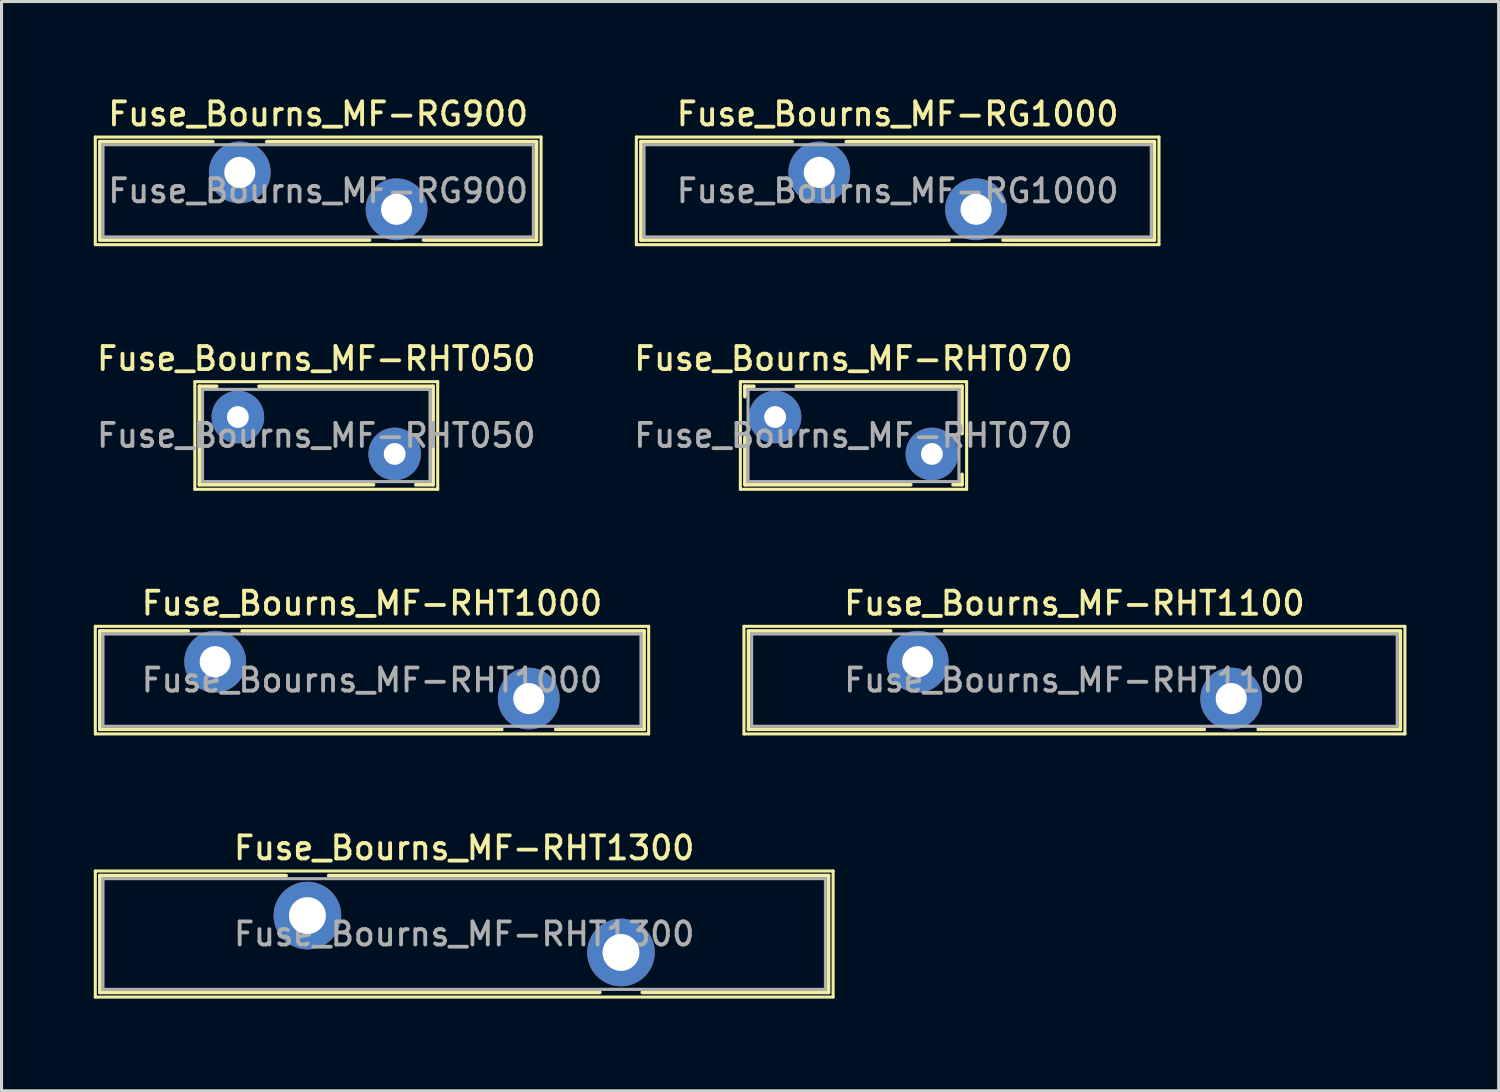
<source format=kicad_pcb>
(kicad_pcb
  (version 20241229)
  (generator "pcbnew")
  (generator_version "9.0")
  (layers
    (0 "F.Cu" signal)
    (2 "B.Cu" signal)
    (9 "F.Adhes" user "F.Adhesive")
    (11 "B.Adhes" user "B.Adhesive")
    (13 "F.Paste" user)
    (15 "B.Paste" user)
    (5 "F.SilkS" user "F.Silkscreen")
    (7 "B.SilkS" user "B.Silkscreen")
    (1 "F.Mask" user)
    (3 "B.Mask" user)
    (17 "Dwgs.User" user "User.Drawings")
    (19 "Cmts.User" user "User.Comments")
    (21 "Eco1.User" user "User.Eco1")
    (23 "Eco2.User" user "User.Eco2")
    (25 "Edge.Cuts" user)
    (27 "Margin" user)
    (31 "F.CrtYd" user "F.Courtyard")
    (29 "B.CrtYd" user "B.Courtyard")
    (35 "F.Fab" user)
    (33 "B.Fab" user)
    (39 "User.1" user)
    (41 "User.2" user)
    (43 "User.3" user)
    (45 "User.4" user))
  (footprint "Fuse_Bourns_MF-RHT050"
    (layer "F.Cu")
    (at 4.688 10.516)
    (property "Reference" "Fuse_Bourns_MF-RHT050" (at 2.55 -1.9 0) (layer "F.SilkS") (effects (font (size 0.75 0.75) (thickness 0.125))))
    (attr through_hole)
    (fp_line (start -1.4 -1.15) (end -1.4 2.35) (stroke (width 0.1) (type solid)) (layer "F.SilkS"))
    (fp_line (start -1.4 2.35) (end 6.5 2.35) (stroke (width 0.1) (type solid)) (layer "F.SilkS"))
    (fp_line (start -1.251 -1) (end -1.251 2.2) (stroke (width 0.12) (type solid)) (layer "F.SilkS"))
    (fp_line (start -1.251 -1) (end -0.689 -1) (stroke (width 0.12) (type solid)) (layer "F.SilkS"))
    (fp_line (start -1.251 2.2) (end 4.412 2.2) (stroke (width 0.12) (type solid)) (layer "F.SilkS"))
    (fp_line (start 0.689 -1) (end 6.35 -1) (stroke (width 0.12) (type solid)) (layer "F.SilkS"))
    (fp_line (start 5.789 2.2) (end 6.35 2.2) (stroke (width 0.12) (type solid)) (layer "F.SilkS"))
    (fp_line (start 6.35 -1) (end 6.35 2.2) (stroke (width 0.12) (type solid)) (layer "F.SilkS"))
    (fp_line (start 6.5 -1.15) (end -1.4 -1.15) (stroke (width 0.1) (type solid)) (layer "F.SilkS"))
    (fp_line (start 6.5 2.35) (end 6.5 -1.15) (stroke (width 0.1) (type solid)) (layer "F.SilkS"))
    (fp_line (start -1.15 -0.9) (end -1.15 2.1) (stroke (width 0.1) (type solid)) (layer "F.Fab"))
    (fp_line (start -1.15 2.1) (end 6.25 2.1) (stroke (width 0.1) (type solid)) (layer "F.Fab"))
    (fp_line (start 6.25 -0.9) (end -1.15 -0.9) (stroke (width 0.1) (type solid)) (layer "F.Fab"))
    (fp_line (start 6.25 2.1) (end 6.25 -0.9) (stroke (width 0.1) (type solid)) (layer "F.Fab"))
    (fp_text user "${REFERENCE}" (at 2.55 0.6 0) (layer "F.Fab") (effects (font (size 0.75 0.75) (thickness 0.125))))
    (pad "1" thru_hole circle (at 0 0) (size 1.71 1.71) (drill 0.71) (layers "*.Cu" "*.Mask"))
    (pad "2" thru_hole circle (at 5.1 1.2) (size 1.71 1.71) (drill 0.71) (layers "*.Cu" "*.Mask")))
  (footprint "Fuse_Bourns_MF-RG1000"
    (layer "F.Cu")
    (at 23.6 2.558)
    (property "Reference" "Fuse_Bourns_MF-RG1000" (at 2.55 -1.9 0) (layer "F.SilkS") (effects (font (size 0.75 0.75) (thickness 0.125))))
    (attr through_hole)
    (fp_line (start -5.95 -1.15) (end -5.95 2.35) (stroke (width 0.1) (type solid)) (layer "F.SilkS"))
    (fp_line (start -5.95 2.35) (end 11.05 2.35) (stroke (width 0.1) (type solid)) (layer "F.SilkS"))
    (fp_line (start -5.8 -1) (end -5.8 2.2) (stroke (width 0.12) (type solid)) (layer "F.SilkS"))
    (fp_line (start -5.8 -1) (end -0.879 -1) (stroke (width 0.12) (type solid)) (layer "F.SilkS"))
    (fp_line (start -5.8 2.2) (end 4.222 2.2) (stroke (width 0.12) (type solid)) (layer "F.SilkS"))
    (fp_line (start 0.879 -1) (end 10.9 -1) (stroke (width 0.12) (type solid)) (layer "F.SilkS"))
    (fp_line (start 5.979 2.2) (end 10.9 2.2) (stroke (width 0.12) (type solid)) (layer "F.SilkS"))
    (fp_line (start 10.9 -1) (end 10.9 2.2) (stroke (width 0.12) (type solid)) (layer "F.SilkS"))
    (fp_line (start 11.05 -1.15) (end -5.95 -1.15) (stroke (width 0.1) (type solid)) (layer "F.SilkS"))
    (fp_line (start 11.05 2.35) (end 11.05 -1.15) (stroke (width 0.1) (type solid)) (layer "F.SilkS"))
    (fp_line (start -5.7 -0.9) (end -5.7 2.1) (stroke (width 0.1) (type solid)) (layer "F.Fab"))
    (fp_line (start -5.7 2.1) (end 10.8 2.1) (stroke (width 0.1) (type solid)) (layer "F.Fab"))
    (fp_line (start 10.8 -0.9) (end -5.7 -0.9) (stroke (width 0.1) (type solid)) (layer "F.Fab"))
    (fp_line (start 10.8 2.1) (end 10.8 -0.9) (stroke (width 0.1) (type solid)) (layer "F.Fab"))
    (fp_text user "${REFERENCE}" (at 2.55 0.6 0) (layer "F.Fab") (effects (font (size 0.75 0.75) (thickness 0.125))))
    (pad "1" thru_hole circle (at 0 0) (size 2.01 2.01) (drill 1.01) (layers "*.Cu" "*.Mask"))
    (pad "2" thru_hole circle (at 5.1 1.2) (size 2.01 2.01) (drill 1.01) (layers "*.Cu" "*.Mask")))
  (footprint "Fuse_Bourns_MF-RG900"
    (layer "F.Cu")
    (at 4.75 2.558)
    (property "Reference" "Fuse_Bourns_MF-RG900" (at 2.55 -1.9 0) (layer "F.SilkS") (effects (font (size 0.75 0.75) (thickness 0.125))))
    (attr through_hole)
    (fp_line (start -4.7 -1.15) (end -4.7 2.35) (stroke (width 0.1) (type solid)) (layer "F.SilkS"))
    (fp_line (start -4.7 2.35) (end 9.8 2.35) (stroke (width 0.1) (type solid)) (layer "F.SilkS"))
    (fp_line (start -4.55 -1) (end -4.55 2.2) (stroke (width 0.12) (type solid)) (layer "F.SilkS"))
    (fp_line (start -4.55 -1) (end -0.879 -1) (stroke (width 0.12) (type solid)) (layer "F.SilkS"))
    (fp_line (start -4.55 2.2) (end 4.222 2.2) (stroke (width 0.12) (type solid)) (layer "F.SilkS"))
    (fp_line (start 0.879 -1) (end 9.65 -1) (stroke (width 0.12) (type solid)) (layer "F.SilkS"))
    (fp_line (start 5.979 2.2) (end 9.65 2.2) (stroke (width 0.12) (type solid)) (layer "F.SilkS"))
    (fp_line (start 9.65 -1) (end 9.65 2.2) (stroke (width 0.12) (type solid)) (layer "F.SilkS"))
    (fp_line (start 9.8 -1.15) (end -4.7 -1.15) (stroke (width 0.1) (type solid)) (layer "F.SilkS"))
    (fp_line (start 9.8 2.35) (end 9.8 -1.15) (stroke (width 0.1) (type solid)) (layer "F.SilkS"))
    (fp_line (start -4.45 -0.9) (end -4.45 2.1) (stroke (width 0.1) (type solid)) (layer "F.Fab"))
    (fp_line (start -4.45 2.1) (end 9.55 2.1) (stroke (width 0.1) (type solid)) (layer "F.Fab"))
    (fp_line (start 9.55 -0.9) (end -4.45 -0.9) (stroke (width 0.1) (type solid)) (layer "F.Fab"))
    (fp_line (start 9.55 2.1) (end 9.55 -0.9) (stroke (width 0.1) (type solid)) (layer "F.Fab"))
    (fp_text user "${REFERENCE}" (at 2.55 0.6 0) (layer "F.Fab") (effects (font (size 0.75 0.75) (thickness 0.125))))
    (pad "1" thru_hole circle (at 0 0) (size 2.01 2.01) (drill 1.01) (layers "*.Cu" "*.Mask"))
    (pad "2" thru_hole circle (at 5.1 1.2) (size 2.01 2.01) (drill 1.01) (layers "*.Cu" "*.Mask")))
  (footprint "Fuse_Bourns_MF-RHT1300"
    (layer "F.Cu")
    (at 6.95 26.733)
    (property "Reference" "Fuse_Bourns_MF-RHT1300" (at 5.1 -2.2 0) (layer "F.SilkS") (effects (font (size 0.75 0.75) (thickness 0.125))))
    (attr through_hole)
    (fp_line (start -6.9 -1.45) (end -6.9 2.65) (stroke (width 0.1) (type solid)) (layer "F.SilkS"))
    (fp_line (start -6.9 2.65) (end 17.1 2.65) (stroke (width 0.1) (type solid)) (layer "F.SilkS"))
    (fp_line (start -6.75 -1.301) (end -6.75 2.5) (stroke (width 0.12) (type solid)) (layer "F.SilkS"))
    (fp_line (start -6.75 -1.301) (end -0.693 -1.301) (stroke (width 0.12) (type solid)) (layer "F.SilkS"))
    (fp_line (start -6.75 2.5) (end 9.508 2.5) (stroke (width 0.12) (type solid)) (layer "F.SilkS"))
    (fp_line (start 0.693 -1.301) (end 16.951 -1.301) (stroke (width 0.12) (type solid)) (layer "F.SilkS"))
    (fp_line (start 10.893 2.5) (end 16.951 2.5) (stroke (width 0.12) (type solid)) (layer "F.SilkS"))
    (fp_line (start 16.951 -1.301) (end 16.951 2.5) (stroke (width 0.12) (type solid)) (layer "F.SilkS"))
    (fp_line (start 17.1 -1.45) (end -6.9 -1.45) (stroke (width 0.1) (type solid)) (layer "F.SilkS"))
    (fp_line (start 17.1 2.65) (end 17.1 -1.45) (stroke (width 0.1) (type solid)) (layer "F.SilkS"))
    (fp_line (start -6.65 -1.2) (end -6.65 2.4) (stroke (width 0.1) (type solid)) (layer "F.Fab"))
    (fp_line (start -6.65 2.4) (end 16.85 2.4) (stroke (width 0.1) (type solid)) (layer "F.Fab"))
    (fp_line (start 16.85 -1.2) (end -6.65 -1.2) (stroke (width 0.1) (type solid)) (layer "F.Fab"))
    (fp_line (start 16.85 2.4) (end 16.85 -1.2) (stroke (width 0.1) (type solid)) (layer "F.Fab"))
    (fp_text user "${REFERENCE}" (at 5.1 0.6 0) (layer "F.Fab") (effects (font (size 0.75 0.75) (thickness 0.125))))
    (pad "1" thru_hole circle (at 0 0) (size 2.2 2.2) (drill 1.2) (layers "*.Cu" "*.Mask"))
    (pad "2" thru_hole circle (at 10.2 1.2) (size 2.2 2.2) (drill 1.2) (layers "*.Cu" "*.Mask")))
  (footprint "Fuse_Bourns_MF-RHT1100"
    (layer "F.Cu")
    (at 26.8 18.474)
    (property "Reference" "Fuse_Bourns_MF-RHT1100" (at 5.1 -1.9 0) (layer "F.SilkS") (effects (font (size 0.75 0.75) (thickness 0.125))))
    (attr through_hole)
    (fp_line (start -5.65 -1.15) (end -5.65 2.35) (stroke (width 0.1) (type solid)) (layer "F.SilkS"))
    (fp_line (start -5.65 2.35) (end 15.85 2.35) (stroke (width 0.1) (type solid)) (layer "F.SilkS"))
    (fp_line (start -5.5 -1) (end -5.5 2.2) (stroke (width 0.12) (type solid)) (layer "F.SilkS"))
    (fp_line (start -5.5 -1) (end -0.879 -1) (stroke (width 0.12) (type solid)) (layer "F.SilkS"))
    (fp_line (start -5.5 2.2) (end 9.322 2.2) (stroke (width 0.12) (type solid)) (layer "F.SilkS"))
    (fp_line (start 0.879 -1) (end 15.7 -1) (stroke (width 0.12) (type solid)) (layer "F.SilkS"))
    (fp_line (start 11.079 2.2) (end 15.7 2.2) (stroke (width 0.12) (type solid)) (layer "F.SilkS"))
    (fp_line (start 15.7 -1) (end 15.7 2.2) (stroke (width 0.12) (type solid)) (layer "F.SilkS"))
    (fp_line (start 15.85 -1.15) (end -5.65 -1.15) (stroke (width 0.1) (type solid)) (layer "F.SilkS"))
    (fp_line (start 15.85 2.35) (end 15.85 -1.15) (stroke (width 0.1) (type solid)) (layer "F.SilkS"))
    (fp_line (start -5.4 -0.9) (end -5.4 2.1) (stroke (width 0.1) (type solid)) (layer "F.Fab"))
    (fp_line (start -5.4 2.1) (end 15.6 2.1) (stroke (width 0.1) (type solid)) (layer "F.Fab"))
    (fp_line (start 15.6 -0.9) (end -5.4 -0.9) (stroke (width 0.1) (type solid)) (layer "F.Fab"))
    (fp_line (start 15.6 2.1) (end 15.6 -0.9) (stroke (width 0.1) (type solid)) (layer "F.Fab"))
    (fp_text user "${REFERENCE}" (at 5.1 0.6 0) (layer "F.Fab") (effects (font (size 0.75 0.75) (thickness 0.125))))
    (pad "1" thru_hole circle (at 0 0) (size 2.01 2.01) (drill 1.01) (layers "*.Cu" "*.Mask"))
    (pad "2" thru_hole circle (at 10.2 1.2) (size 2.01 2.01) (drill 1.01) (layers "*.Cu" "*.Mask")))
  (footprint "Fuse_Bourns_MF-RHT1000"
    (layer "F.Cu")
    (at 3.95 18.474)
    (property "Reference" "Fuse_Bourns_MF-RHT1000" (at 5.1 -1.9 0) (layer "F.SilkS") (effects (font (size 0.75 0.75) (thickness 0.125))))
    (attr through_hole)
    (fp_line (start -3.9 -1.15) (end -3.9 2.35) (stroke (width 0.1) (type solid)) (layer "F.SilkS"))
    (fp_line (start -3.9 2.35) (end 14.1 2.35) (stroke (width 0.1) (type solid)) (layer "F.SilkS"))
    (fp_line (start -3.751 -1) (end -3.751 2.2) (stroke (width 0.12) (type solid)) (layer "F.SilkS"))
    (fp_line (start -3.751 -1) (end -0.879 -1) (stroke (width 0.12) (type solid)) (layer "F.SilkS"))
    (fp_line (start -3.751 2.2) (end 9.322 2.2) (stroke (width 0.12) (type solid)) (layer "F.SilkS"))
    (fp_line (start 0.879 -1) (end 13.95 -1) (stroke (width 0.12) (type solid)) (layer "F.SilkS"))
    (fp_line (start 11.079 2.2) (end 13.95 2.2) (stroke (width 0.12) (type solid)) (layer "F.SilkS"))
    (fp_line (start 13.95 -1) (end 13.95 2.2) (stroke (width 0.12) (type solid)) (layer "F.SilkS"))
    (fp_line (start 14.1 -1.15) (end -3.9 -1.15) (stroke (width 0.1) (type solid)) (layer "F.SilkS"))
    (fp_line (start 14.1 2.35) (end 14.1 -1.15) (stroke (width 0.1) (type solid)) (layer "F.SilkS"))
    (fp_line (start -3.65 -0.9) (end -3.65 2.1) (stroke (width 0.1) (type solid)) (layer "F.Fab"))
    (fp_line (start -3.65 2.1) (end 13.85 2.1) (stroke (width 0.1) (type solid)) (layer "F.Fab"))
    (fp_line (start 13.85 -0.9) (end -3.65 -0.9) (stroke (width 0.1) (type solid)) (layer "F.Fab"))
    (fp_line (start 13.85 2.1) (end 13.85 -0.9) (stroke (width 0.1) (type solid)) (layer "F.Fab"))
    (fp_text user "${REFERENCE}" (at 5.1 0.6 0) (layer "F.Fab") (effects (font (size 0.75 0.75) (thickness 0.125))))
    (pad "1" thru_hole circle (at 0 0) (size 2.01 2.01) (drill 1.01) (layers "*.Cu" "*.Mask"))
    (pad "2" thru_hole circle (at 10.2 1.2) (size 2.01 2.01) (drill 1.01) (layers "*.Cu" "*.Mask")))
  (footprint "Fuse_Bourns_MF-RHT070"
    (layer "F.Cu")
    (at 22.163 10.516)
    (property "Reference" "Fuse_Bourns_MF-RHT070" (at 2.55 -1.9 0) (layer "F.SilkS") (effects (font (size 0.75 0.75) (thickness 0.125))))
    (attr through_hole)
    (fp_line (start -1.13 -1.15) (end -1.13 2.35) (stroke (width 0.1) (type solid)) (layer "F.SilkS"))
    (fp_line (start -1.13 2.35) (end 6.23 2.35) (stroke (width 0.1) (type solid)) (layer "F.SilkS"))
    (fp_line (start -0.981 -1) (end -0.981 -0.665) (stroke (width 0.12) (type solid)) (layer "F.SilkS"))
    (fp_line (start -0.981 -1) (end -0.689 -1) (stroke (width 0.12) (type solid)) (layer "F.SilkS"))
    (fp_line (start -0.981 0.665) (end -0.981 2.2) (stroke (width 0.12) (type solid)) (layer "F.SilkS"))
    (fp_line (start -0.981 2.2) (end 4.412 2.2) (stroke (width 0.12) (type solid)) (layer "F.SilkS"))
    (fp_line (start 0.689 -1) (end 6.08 -1) (stroke (width 0.12) (type solid)) (layer "F.SilkS"))
    (fp_line (start 5.789 2.2) (end 6.08 2.2) (stroke (width 0.12) (type solid)) (layer "F.SilkS"))
    (fp_line (start 6.08 -1) (end 6.08 0.536) (stroke (width 0.12) (type solid)) (layer "F.SilkS"))
    (fp_line (start 6.08 1.865) (end 6.08 2.2) (stroke (width 0.12) (type solid)) (layer "F.SilkS"))
    (fp_line (start 6.23 -1.15) (end -1.13 -1.15) (stroke (width 0.1) (type solid)) (layer "F.SilkS"))
    (fp_line (start 6.23 2.35) (end 6.23 -1.15) (stroke (width 0.1) (type solid)) (layer "F.SilkS"))
    (fp_line (start -0.88 -0.9) (end -0.88 2.1) (stroke (width 0.1) (type solid)) (layer "F.Fab"))
    (fp_line (start -0.88 2.1) (end 5.98 2.1) (stroke (width 0.1) (type solid)) (layer "F.Fab"))
    (fp_line (start 5.98 -0.9) (end -0.88 -0.9) (stroke (width 0.1) (type solid)) (layer "F.Fab"))
    (fp_line (start 5.98 2.1) (end 5.98 -0.9) (stroke (width 0.1) (type solid)) (layer "F.Fab"))
    (fp_text user "${REFERENCE}" (at 2.55 0.6 0) (layer "F.Fab") (effects (font (size 0.75 0.75) (thickness 0.125))))
    (pad "1" thru_hole circle (at 0 0) (size 1.71 1.71) (drill 0.71) (layers "*.Cu" "*.Mask"))
    (pad "2" thru_hole circle (at 5.1 1.2) (size 1.71 1.71) (drill 0.71) (layers "*.Cu" "*.Mask")))
  (gr_rect
    (start -3 -3)
    (end 45.7 32.432)
    (stroke (width 0.1) (type default))
    (fill no)
    (layer "Edge.Cuts")))
</source>
